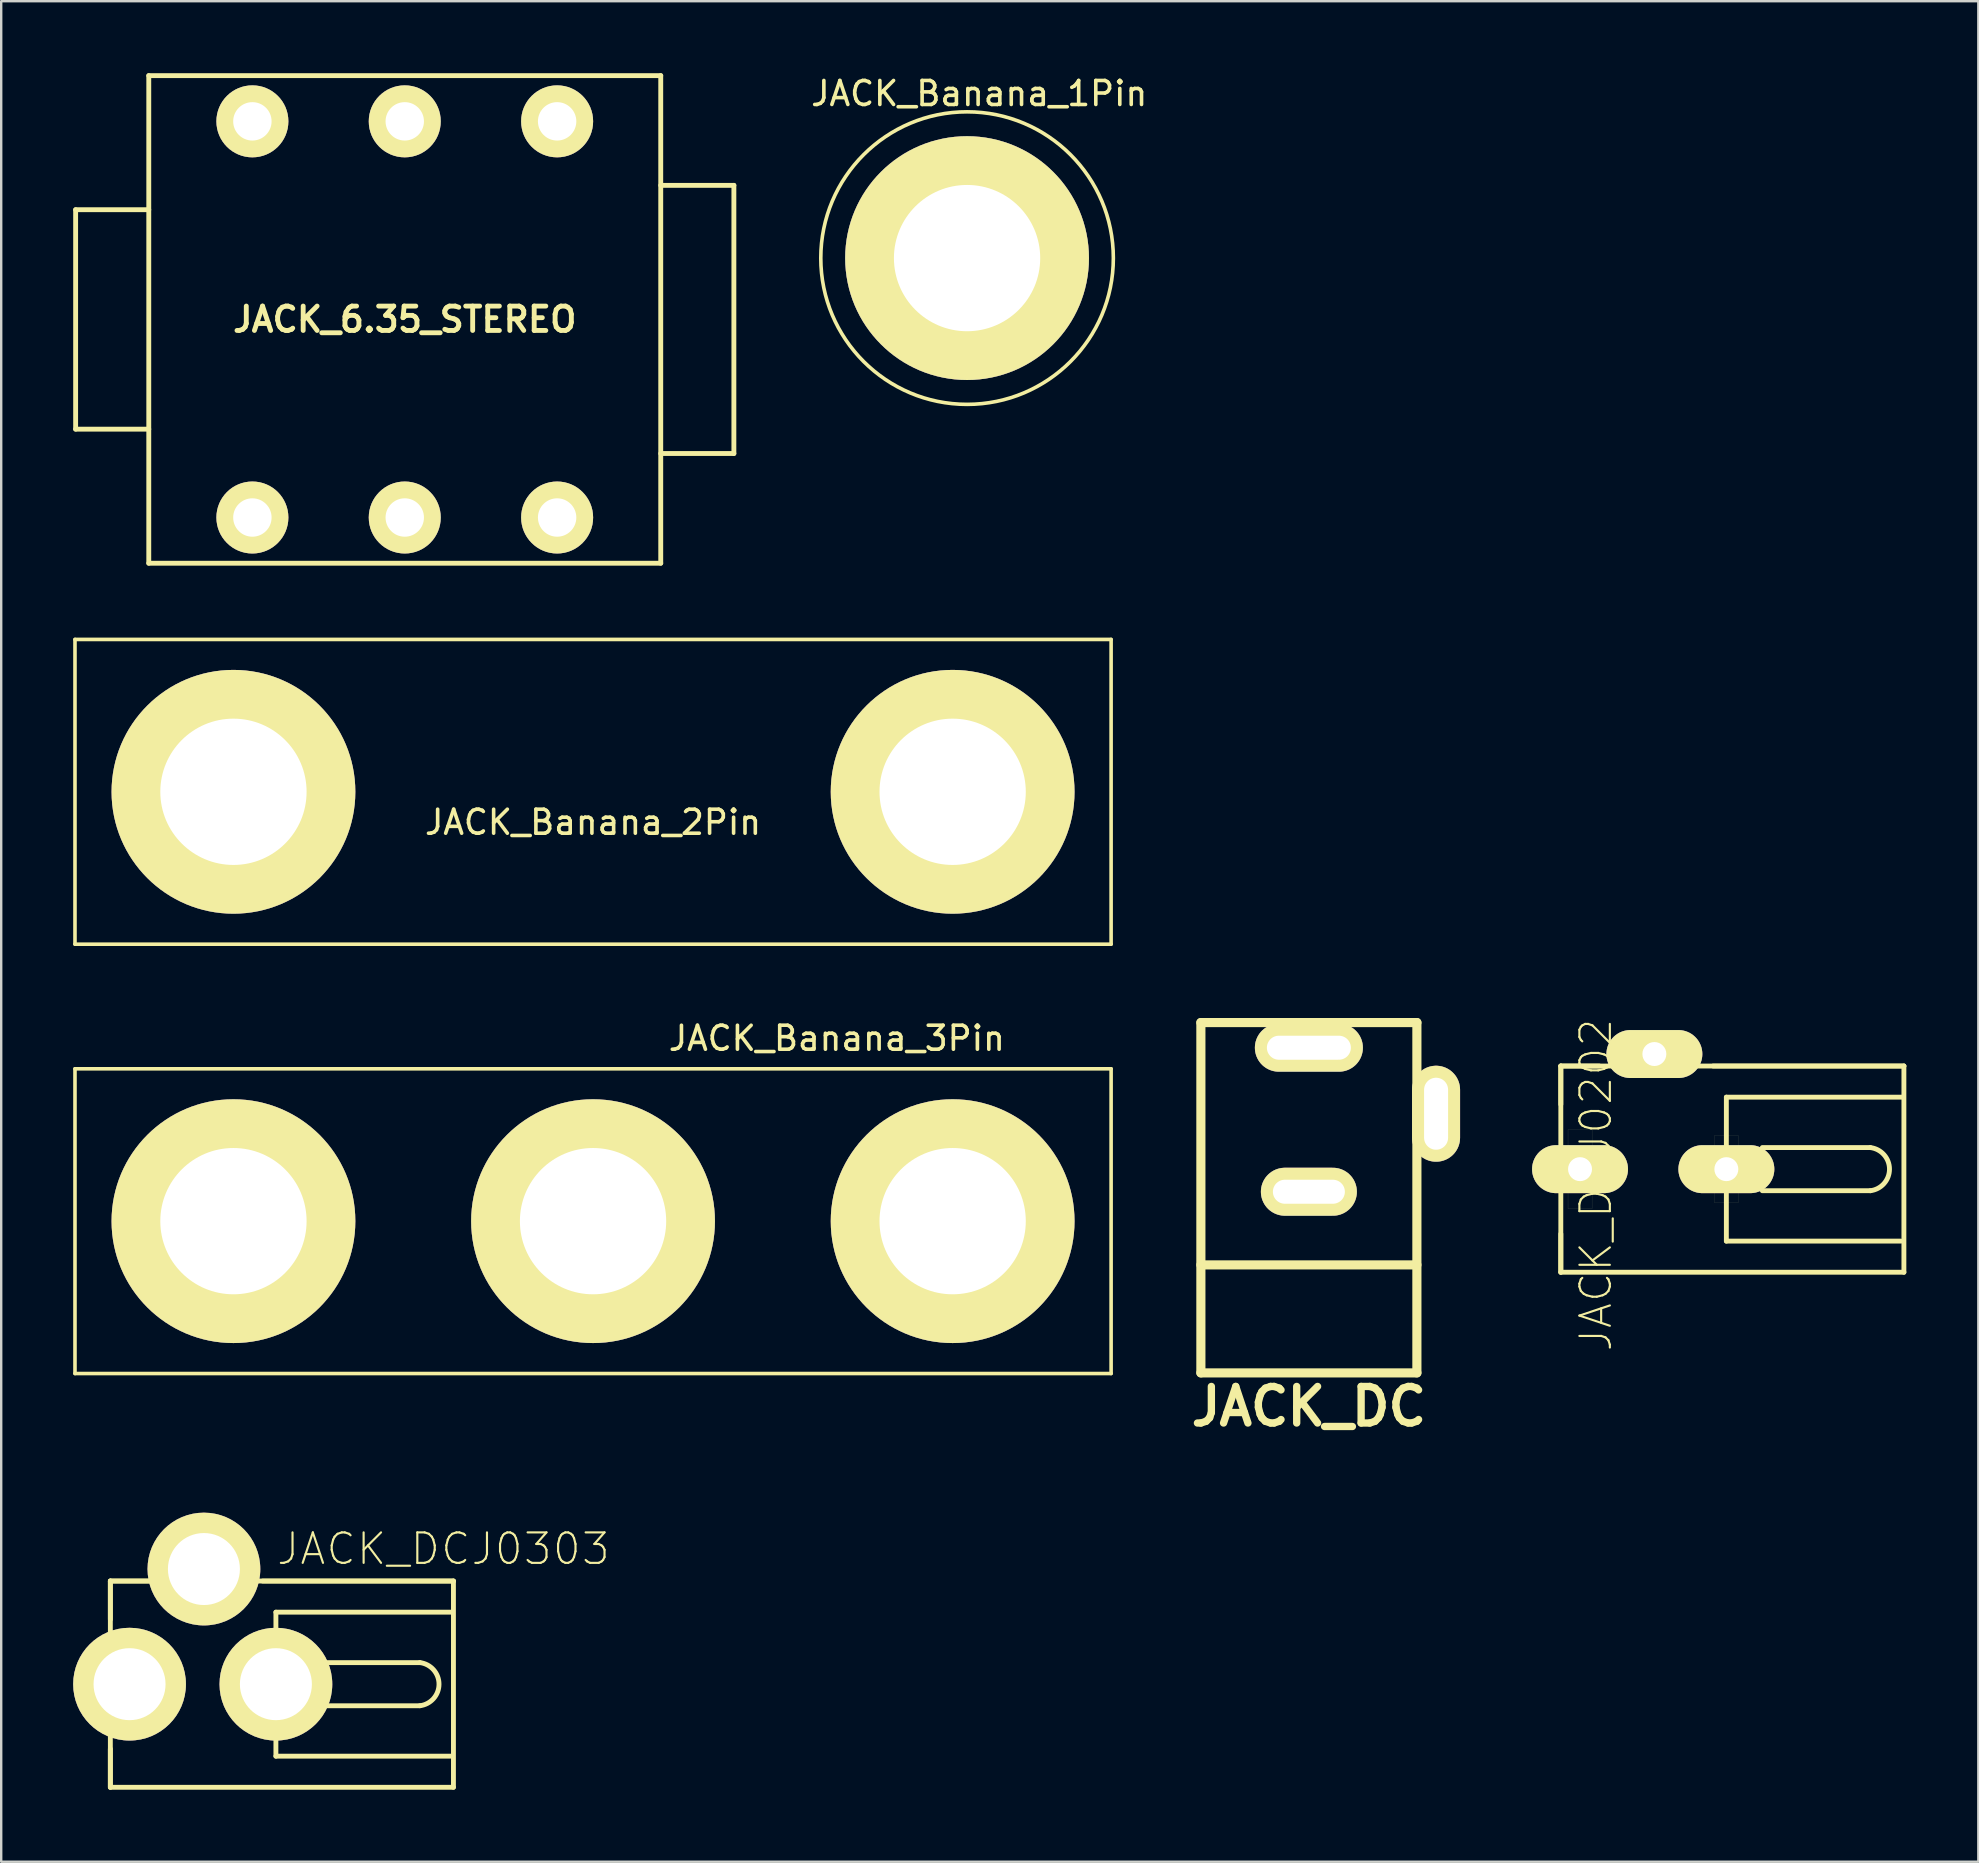
<source format=kicad_pcb>
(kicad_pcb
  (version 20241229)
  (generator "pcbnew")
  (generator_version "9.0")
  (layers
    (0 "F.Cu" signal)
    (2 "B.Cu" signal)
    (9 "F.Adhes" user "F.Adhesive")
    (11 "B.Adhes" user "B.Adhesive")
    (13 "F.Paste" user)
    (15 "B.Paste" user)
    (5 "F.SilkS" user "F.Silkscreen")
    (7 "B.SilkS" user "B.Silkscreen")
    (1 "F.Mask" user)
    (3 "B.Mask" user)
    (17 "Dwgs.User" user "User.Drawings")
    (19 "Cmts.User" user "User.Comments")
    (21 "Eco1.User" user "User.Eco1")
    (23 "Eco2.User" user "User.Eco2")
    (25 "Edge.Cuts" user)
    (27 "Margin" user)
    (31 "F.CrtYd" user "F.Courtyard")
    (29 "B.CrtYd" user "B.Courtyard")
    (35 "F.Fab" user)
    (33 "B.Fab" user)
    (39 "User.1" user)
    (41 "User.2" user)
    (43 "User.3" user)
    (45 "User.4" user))
  (footprint "JACK_DCJ0202"
    (layer "F.Cu")
    (at 69.172 45.699)
    (property "Reference" "JACK_DCJ0202" (at -5.715 0.635 90) (layer "F.SilkS") (effects (font (size 1.27 1.27) (thickness 0.089))))
    (attr exclude_from_pos_files exclude_from_bom)
    (fp_line (start -7.176 -4.323) (end -7.176 -2.723) (stroke (width 0.203) (type solid)) (layer "F.SilkS"))
    (fp_line (start -7.176 -4.323) (end -7.176 4.272) (stroke (width 0.203) (type solid)) (layer "F.SilkS"))
    (fp_line (start -7.176 2.672) (end -7.176 4.272) (stroke (width 0.203) (type solid)) (layer "F.SilkS"))
    (fp_line (start -7.176 4.272) (end 7.122 4.272) (stroke (width 0.203) (type solid)) (layer "F.SilkS"))
    (fp_line (start -6.876 -1.674) (end -5.875 -1.674) (stroke (width 0.003) (type solid)) (layer "F.SilkS"))
    (fp_line (start -6.876 1.623) (end -6.876 -1.674) (stroke (width 0.003) (type solid)) (layer "F.SilkS"))
    (fp_line (start -5.875 -1.674) (end -5.875 1.623) (stroke (width 0.003) (type solid)) (layer "F.SilkS"))
    (fp_line (start -5.875 1.623) (end -6.876 1.623) (stroke (width 0.003) (type solid)) (layer "F.SilkS"))
    (fp_line (start -5.575 -4.323) (end -7.176 -4.323) (stroke (width 0.203) (type solid)) (layer "F.SilkS"))
    (fp_line (start -4.676 -5.324) (end -4.676 -4.323) (stroke (width 0.003) (type solid)) (layer "F.SilkS"))
    (fp_line (start -4.676 -4.323) (end -1.877 -4.323) (stroke (width 0.003) (type solid)) (layer "F.SilkS"))
    (fp_line (start -1.877 -5.324) (end -4.676 -5.324) (stroke (width 0.003) (type solid)) (layer "F.SilkS"))
    (fp_line (start -1.877 -4.323) (end -1.877 -5.324) (stroke (width 0.003) (type solid)) (layer "F.SilkS"))
    (fp_line (start -0.777 -1.425) (end 0.221 -1.425) (stroke (width 0.003) (type solid)) (layer "F.SilkS"))
    (fp_line (start -0.777 1.374) (end -0.777 -1.425) (stroke (width 0.003) (type solid)) (layer "F.SilkS"))
    (fp_line (start -0.277 -3.025) (end -0.277 2.974) (stroke (width 0.203) (type solid)) (layer "F.SilkS"))
    (fp_line (start 0.221 -1.425) (end 0.221 1.374) (stroke (width 0.003) (type solid)) (layer "F.SilkS"))
    (fp_line (start 0.221 1.374) (end -0.777 1.374) (stroke (width 0.003) (type solid)) (layer "F.SilkS"))
    (fp_line (start 5.723 -0.925) (end 1.222 -0.925) (stroke (width 0.203) (type solid)) (layer "F.SilkS"))
    (fp_line (start 5.723 0.874) (end 1.222 0.874) (stroke (width 0.203) (type solid)) (layer "F.SilkS"))
    (fp_line (start 6.998 2.974) (end -0.277 2.974) (stroke (width 0.203) (type solid)) (layer "F.SilkS"))
    (fp_line (start 7.023 -3.025) (end -0.277 -3.025) (stroke (width 0.203) (type solid)) (layer "F.SilkS"))
    (fp_line (start 7.122 -4.323) (end -7.176 -4.323) (stroke (width 0.203) (type solid)) (layer "F.SilkS"))
    (fp_line (start 7.122 -4.323) (end -0.828 -4.323) (stroke (width 0.203) (type solid)) (layer "F.SilkS"))
    (fp_line (start 7.122 4.272) (end 7.122 -4.323) (stroke (width 0.203) (type solid)) (layer "F.SilkS"))
    (fp_arc (start 5.72262 -0.92456) (mid 6.521406 -0.025144) (end 5.722112 0.87382) (stroke (width 0.2032) (type solid)) (layer "F.SilkS"))
    (fp_text user "" (at -4.547 -1.295 0) (layer "F.SilkS") (effects (font (size 1.524 1.524) (thickness 0.305))))
    (pad "1" thru_hole oval (at -6.375 -0.025) (size 3.998 1.999) (drill 0.998) (layers "*.Cu" "F.Mask" "F.SilkS" "F.Paste"))
    (pad "2" thru_hole oval (at -3.277 -4.823) (size 3.998 1.999) (drill 0.998) (layers "*.Cu" "F.Mask" "F.SilkS" "F.Paste"))
    (pad "3" thru_hole oval (at -0.277 -0.025) (size 3.998 1.999) (drill 0.998) (layers "*.Cu" "F.Mask" "F.SilkS" "F.Paste")))
  (footprint "JACK_Banana_3Pin"
    (layer "F.Cu")
    (at 21.665 47.841)
    (property "Reference" "JACK_Banana_3Pin" (at 10.16 -7.62 0) (layer "F.SilkS") (effects (font (size 1 1) (thickness 0.15))))
    (attr through_hole)
    (fp_line (start -21.59 -6.35) (end 21.59 -6.35) (stroke (width 0.15) (type solid)) (layer "F.SilkS"))
    (fp_line (start -21.59 6.35) (end -21.59 -6.35) (stroke (width 0.15) (type solid)) (layer "F.SilkS"))
    (fp_line (start 21.59 -6.35) (end 21.59 6.35) (stroke (width 0.15) (type solid)) (layer "F.SilkS"))
    (fp_line (start 21.59 6.35) (end -21.59 6.35) (stroke (width 0.15) (type solid)) (layer "F.SilkS"))
    (pad "1" thru_hole circle (at -14.986 0) (size 10.16 10.16) (drill 6.096) (layers "*.Cu" "*.Mask" "F.SilkS"))
    (pad "2" thru_hole circle (at 0 0) (size 10.16 10.16) (drill 6.096) (layers "*.Cu" "*.Mask" "F.SilkS"))
    (pad "3" thru_hole circle (at 14.986 0) (size 10.16 10.16) (drill 6.096) (layers "*.Cu" "*.Mask" "F.SilkS")))
  (footprint "JACK_Banana_1Pin"
    (layer "F.Cu")
    (at 37.252 7.706)
    (property "Reference" "JACK_Banana_1Pin" (at 0.508 -6.858 0) (layer "F.SilkS") (effects (font (size 1 1) (thickness 0.15))))
    (attr through_hole)
    (fp_circle (center 0 0) (end 0 -6.096) (stroke (width 0.15) (type solid)) (fill no) (layer "F.SilkS"))
    (pad "1" thru_hole circle (at 0 0) (size 10.16 10.16) (drill 6.096) (layers "*.Cu" "*.Mask" "F.SilkS")))
  (footprint "JACK_DCJ0303"
    (layer "F.Cu")
    (at 8.445 67.213)
    (property "Reference" "JACK_DCJ0303" (at 6.985 -5.715 0) (layer "F.SilkS") (effects (font (size 1.27 1.27) (thickness 0.089))))
    (attr exclude_from_pos_files exclude_from_bom)
    (fp_line (start -6.896 -4.374) (end -6.896 -2.774) (stroke (width 0.203) (type solid)) (layer "F.SilkS"))
    (fp_line (start -6.896 -4.374) (end -6.896 4.221) (stroke (width 0.203) (type solid)) (layer "F.SilkS"))
    (fp_line (start -6.896 2.621) (end -6.896 4.221) (stroke (width 0.203) (type solid)) (layer "F.SilkS"))
    (fp_line (start -6.896 4.221) (end 7.402 4.221) (stroke (width 0.203) (type solid)) (layer "F.SilkS"))
    (fp_line (start -6.596 -1.725) (end -5.596 -1.725) (stroke (width 0.003) (type solid)) (layer "F.SilkS"))
    (fp_line (start -6.596 1.572) (end -6.596 -1.725) (stroke (width 0.003) (type solid)) (layer "F.SilkS"))
    (fp_line (start -5.596 -1.725) (end -5.596 1.572) (stroke (width 0.003) (type solid)) (layer "F.SilkS"))
    (fp_line (start -5.596 1.572) (end -6.596 1.572) (stroke (width 0.003) (type solid)) (layer "F.SilkS"))
    (fp_line (start -5.296 -4.374) (end -6.896 -4.374) (stroke (width 0.203) (type solid)) (layer "F.SilkS"))
    (fp_line (start -4.397 -5.375) (end -4.397 -4.374) (stroke (width 0.003) (type solid)) (layer "F.SilkS"))
    (fp_line (start -4.397 -4.374) (end -1.598 -4.374) (stroke (width 0.003) (type solid)) (layer "F.SilkS"))
    (fp_line (start -1.598 -5.375) (end -4.397 -5.375) (stroke (width 0.003) (type solid)) (layer "F.SilkS"))
    (fp_line (start -1.598 -4.374) (end -1.598 -5.375) (stroke (width 0.003) (type solid)) (layer "F.SilkS"))
    (fp_line (start -0.498 -1.476) (end 0.5 -1.476) (stroke (width 0.003) (type solid)) (layer "F.SilkS"))
    (fp_line (start -0.498 1.323) (end -0.498 -1.476) (stroke (width 0.003) (type solid)) (layer "F.SilkS"))
    (fp_line (start 0.003 -3.076) (end 0.003 2.924) (stroke (width 0.203) (type solid)) (layer "F.SilkS"))
    (fp_line (start 0.5 -1.476) (end 0.5 1.323) (stroke (width 0.003) (type solid)) (layer "F.SilkS"))
    (fp_line (start 0.5 1.323) (end -0.498 1.323) (stroke (width 0.003) (type solid)) (layer "F.SilkS"))
    (fp_line (start 6.002 -0.975) (end 1.501 -0.975) (stroke (width 0.203) (type solid)) (layer "F.SilkS"))
    (fp_line (start 6.002 0.823) (end 1.501 0.823) (stroke (width 0.203) (type solid)) (layer "F.SilkS"))
    (fp_line (start 7.277 2.924) (end 0.003 2.924) (stroke (width 0.203) (type solid)) (layer "F.SilkS"))
    (fp_line (start 7.303 -3.076) (end 0.003 -3.076) (stroke (width 0.203) (type solid)) (layer "F.SilkS"))
    (fp_line (start 7.402 -4.374) (end -6.896 -4.374) (stroke (width 0.203) (type solid)) (layer "F.SilkS"))
    (fp_line (start 7.402 -4.374) (end -0.549 -4.374) (stroke (width 0.203) (type solid)) (layer "F.SilkS"))
    (fp_line (start 7.402 4.221) (end 7.402 -4.374) (stroke (width 0.203) (type solid)) (layer "F.SilkS"))
    (fp_arc (start 6.00202 -0.97536) (mid 6.800806 -0.075944) (end 6.001512 0.82302) (stroke (width 0.2032) (type solid)) (layer "F.SilkS"))
    (fp_text user "" (at -2.997 -2.616 0) (layer "F.SilkS") (effects (font (size 1.524 1.524) (thickness 0.305))))
    (pad "1" thru_hole circle (at -6.096 -0.076) (size 4.699 4.699) (drill 3) (layers "*.Cu" "F.Mask" "F.SilkS" "F.Paste"))
    (pad "2" thru_hole circle (at -2.997 -4.874) (size 4.699 4.699) (drill 3) (layers "*.Cu" "F.Mask" "F.SilkS" "F.Paste"))
    (pad "3" thru_hole circle (at 0.003 -0.076) (size 4.699 4.699) (drill 3) (layers "*.Cu" "F.Mask" "F.SilkS" "F.Paste")))
  (footprint "JACK_DC"
    (layer "F.Cu")
    (at 51.497 46.864)
    (property "Reference" "JACK_DC" (at 0 8.7 0) (layer "F.SilkS") (effects (font (size 1.524 1.524) (thickness 0.305))))
    (attr through_hole)
    (fp_line (start -4.501 -7.3) (end -4.501 7.3) (stroke (width 0.381) (type solid)) (layer "F.SilkS"))
    (fp_line (start -4.501 2.799) (end 4.501 2.799) (stroke (width 0.381) (type solid)) (layer "F.SilkS"))
    (fp_line (start -4.501 7.3) (end 4.501 7.3) (stroke (width 0.381) (type solid)) (layer "F.SilkS"))
    (fp_line (start 4.501 -7.3) (end -4.501 -7.3) (stroke (width 0.381) (type solid)) (layer "F.SilkS"))
    (fp_line (start 4.501 7.3) (end 4.501 -7.3) (stroke (width 0.381) (type solid)) (layer "F.SilkS"))
    (pad "1" thru_hole oval (at 5.301 -3.5) (size 1.999 4) (drill oval 1.001 3) (layers "*.Cu" "*.Mask" "F.SilkS"))
    (pad "2" thru_hole oval (at 0 -0.249) (size 4 1.999) (drill oval 3 1.001) (layers "*.Cu" "*.Mask" "F.SilkS"))
    (pad "3" thru_hole oval (at 0 -6.251) (size 4.501 1.999) (drill oval 3.5 1.001) (layers "*.Cu" "*.Mask" "F.SilkS")))
  (footprint "JACK_6.35_STEREO"
    (layer "F.Cu")
    (at 13.818 10.262)
    (property "Reference" "JACK_6.35_STEREO" (at 0 0 0) (layer "F.SilkS") (effects (font (size 1.016 1.016) (thickness 0.203))))
    (attr through_hole)
    (fp_line (start -13.716 -4.572) (end -13.716 4.572) (stroke (width 0.203) (type solid)) (layer "F.SilkS"))
    (fp_line (start -13.716 4.572) (end -10.668 4.572) (stroke (width 0.203) (type solid)) (layer "F.SilkS"))
    (fp_line (start -10.668 -10.16) (end 10.668 -10.16) (stroke (width 0.203) (type solid)) (layer "F.SilkS"))
    (fp_line (start -10.668 -4.572) (end -13.716 -4.572) (stroke (width 0.203) (type solid)) (layer "F.SilkS"))
    (fp_line (start -10.668 10.16) (end -10.668 -10.16) (stroke (width 0.203) (type solid)) (layer "F.SilkS"))
    (fp_line (start 10.668 -10.16) (end 10.668 10.16) (stroke (width 0.203) (type solid)) (layer "F.SilkS"))
    (fp_line (start 10.668 -5.588) (end 13.716 -5.588) (stroke (width 0.203) (type solid)) (layer "F.SilkS"))
    (fp_line (start 10.668 10.16) (end -10.668 10.16) (stroke (width 0.203) (type solid)) (layer "F.SilkS"))
    (fp_line (start 13.716 -5.588) (end 13.716 5.588) (stroke (width 0.203) (type solid)) (layer "F.SilkS"))
    (fp_line (start 13.716 5.588) (end 10.668 5.588) (stroke (width 0.203) (type solid)) (layer "F.SilkS"))
    (pad "R" thru_hole circle (at 0 -8.255) (size 3 3) (drill 1.6) (layers "*.Cu" "*.Mask" "F.SilkS"))
    (pad "RN" thru_hole circle (at 0 8.255) (size 3 3) (drill 1.6) (layers "*.Cu" "*.Mask" "F.SilkS"))
    (pad "S" thru_hole circle (at 6.35 -8.255) (size 3 3) (drill 1.6) (layers "*.Cu" "*.Mask" "F.SilkS"))
    (pad "SN" thru_hole circle (at 6.35 8.255) (size 3 3) (drill 1.6) (layers "*.Cu" "*.Mask" "F.SilkS"))
    (pad "T" thru_hole circle (at -6.35 -8.255) (size 3 3) (drill 1.6) (layers "*.Cu" "*.Mask" "F.SilkS"))
    (pad "TN" thru_hole circle (at -6.35 8.255) (size 3 3) (drill 1.6) (layers "*.Cu" "*.Mask" "F.SilkS")))
  (footprint "JACK_Banana_2Pin"
    (layer "F.Cu")
    (at 21.665 29.948)
    (property "Reference" "JACK_Banana_2Pin" (at 0 1.27 0) (layer "F.SilkS") (effects (font (size 1 1) (thickness 0.15))))
    (attr through_hole)
    (fp_line (start -21.59 -6.35) (end 21.59 -6.35) (stroke (width 0.15) (type solid)) (layer "F.SilkS"))
    (fp_line (start -21.59 6.35) (end -21.59 -6.35) (stroke (width 0.15) (type solid)) (layer "F.SilkS"))
    (fp_line (start 21.59 -6.35) (end 21.59 6.35) (stroke (width 0.15) (type solid)) (layer "F.SilkS"))
    (fp_line (start 21.59 6.35) (end -21.59 6.35) (stroke (width 0.15) (type solid)) (layer "F.SilkS"))
    (pad "1" thru_hole circle (at -14.986 0) (size 10.16 10.16) (drill 6.096) (layers "*.Cu" "*.Mask" "F.SilkS"))
    (pad "2" thru_hole circle (at 14.986 0) (size 10.16 10.16) (drill 6.096) (layers "*.Cu" "*.Mask" "F.SilkS")))
  (gr_rect
    (start -3 -3)
    (end 79.396 74.536)
    (stroke (width 0.1) (type default))
    (fill no)
    (layer "Edge.Cuts")))
</source>
